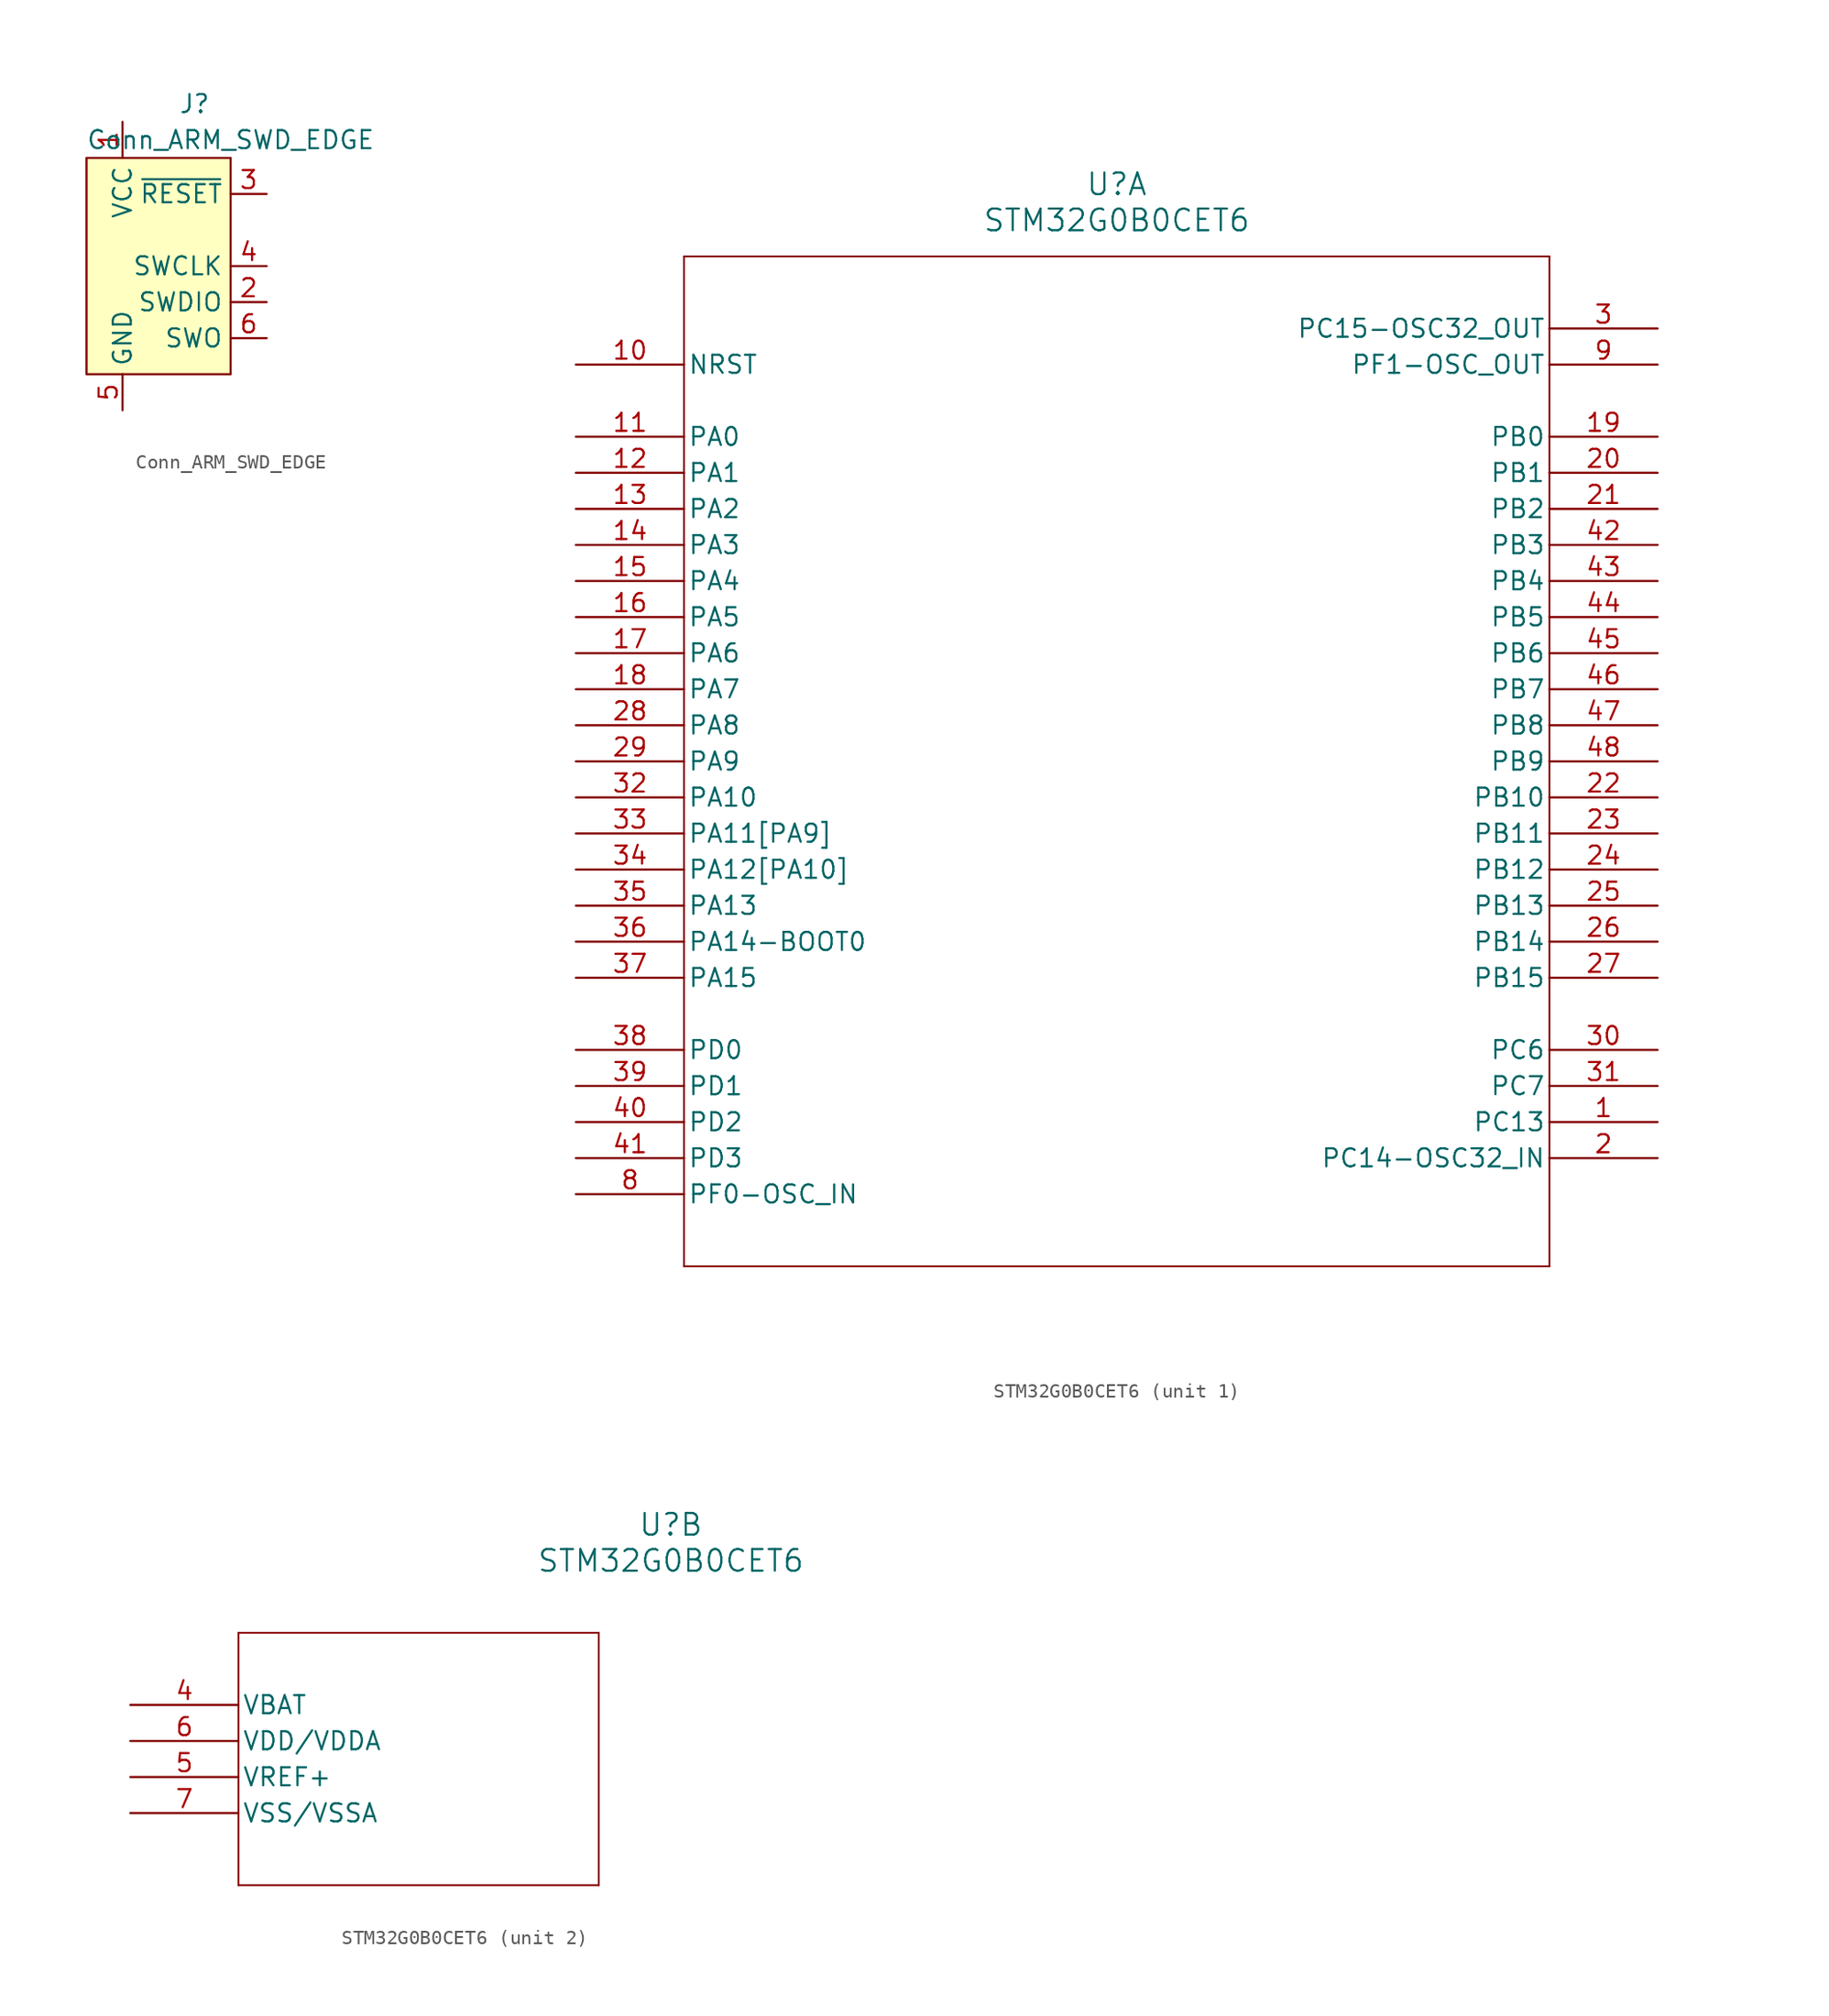
<source format=kicad_sym>
(kicad_symbol_lib
  (version 20241209)
  (generator "kicad_symbol_editor")
  (generator_version "9.0")
  (symbol "Conn_ARM_SWD_EDGE"
    (property "Reference" "J"
      (at 2.54 11.43 0)
      (effects (font (size 1.27 1.27))))
    (property "Value" "Conn_ARM_SWD_EDGE"
      (at 5.08 8.89 0)
      (effects (font (size 1.27 1.27))))
    (symbol "Conn_ARM_SWD_EDGE_0_0"
      (pin power_in line (at -2.54 10.16 270) (length 2.54) (name "VCC" (effects (font (size 1.27 1.27)))) (number "1" (effects (font (size 1.27 1.27)))))
      (pin power_in line (at -2.54 -10.16 90) (length 2.54) (name "GND" (effects (font (size 1.27 1.27)))) (number "5" (effects (font (size 1.27 1.27)))))
      (pin open_collector line (at 7.62 5.08 180) (length 2.54) (name "~{RESET}" (effects (font (size 1.27 1.27)))) (number "3" (effects (font (size 1.27 1.27)))))
      (pin output line (at 7.62 0 180) (length 2.54) (name "SWCLK" (effects (font (size 1.27 1.27)))) (number "4" (effects (font (size 1.27 1.27)))) (alternate "TCK" output line))
      (pin bidirectional line (at 7.62 -2.54 180) (length 2.54) (name "SWDIO" (effects (font (size 1.27 1.27)))) (number "2" (effects (font (size 1.27 1.27)))) (alternate "TMS" bidirectional line))
      (pin input line (at 7.62 -5.08 180) (length 2.54) (name "SWO" (effects (font (size 1.27 1.27)))) (number "6" (effects (font (size 1.27 1.27)))) (alternate "TDO" input line)))
    (symbol "Conn_ARM_SWD_EDGE_0_1"
      (rectangle (start -5.08 7.62) (end 5.08 -7.62) (stroke (width 0) (type default)) (fill (type background)))))
  (symbol "STM32G0B0CET6"
    (pin_names
      (offset 0.254))
    (property "Reference" "U"
      (at 0 40.64 0)
      (effects (font (size 1.524 1.524))))
    (property "Value" "STM32G0B0CET6"
      (at 0 38.1 0)
      (effects (font (size 1.524 1.524))))
    (property "ki_locked" ""
      (at 0 0 0)
      (effects (font (size 1.27 1.27))))
    (symbol "STM32G0B0CET6_1_1"
      (polyline (pts (xy -30.48 35.56) (xy -30.48 -35.56)) (stroke (width 0.127) (type default)) (fill (type none)))
      (polyline (pts (xy -30.48 -35.56) (xy 30.48 -35.56)) (stroke (width 0.127) (type default)) (fill (type none)))
      (polyline (pts (xy 30.48 35.56) (xy -30.48 35.56)) (stroke (width 0.127) (type default)) (fill (type none)))
      (polyline (pts (xy 30.48 -35.56) (xy 30.48 35.56)) (stroke (width 0.127) (type default)) (fill (type none)))
      (pin bidirectional line (at -38.1 27.94 0) (length 7.62) (name "NRST" (effects (font (size 1.27 1.27)))) (number "10" (effects (font (size 1.27 1.27)))))
      (pin bidirectional line (at -38.1 22.86 0) (length 7.62) (name "PA0" (effects (font (size 1.27 1.27)))) (number "11" (effects (font (size 1.27 1.27)))))
      (pin bidirectional line (at -38.1 20.32 0) (length 7.62) (name "PA1" (effects (font (size 1.27 1.27)))) (number "12" (effects (font (size 1.27 1.27)))))
      (pin bidirectional line (at -38.1 17.78 0) (length 7.62) (name "PA2" (effects (font (size 1.27 1.27)))) (number "13" (effects (font (size 1.27 1.27)))))
      (pin bidirectional line (at -38.1 15.24 0) (length 7.62) (name "PA3" (effects (font (size 1.27 1.27)))) (number "14" (effects (font (size 1.27 1.27)))))
      (pin bidirectional line (at -38.1 12.7 0) (length 7.62) (name "PA4" (effects (font (size 1.27 1.27)))) (number "15" (effects (font (size 1.27 1.27)))))
      (pin bidirectional line (at -38.1 10.16 0) (length 7.62) (name "PA5" (effects (font (size 1.27 1.27)))) (number "16" (effects (font (size 1.27 1.27)))))
      (pin bidirectional line (at -38.1 7.62 0) (length 7.62) (name "PA6" (effects (font (size 1.27 1.27)))) (number "17" (effects (font (size 1.27 1.27)))))
      (pin bidirectional line (at -38.1 5.08 0) (length 7.62) (name "PA7" (effects (font (size 1.27 1.27)))) (number "18" (effects (font (size 1.27 1.27)))))
      (pin bidirectional line (at -38.1 2.54 0) (length 7.62) (name "PA8" (effects (font (size 1.27 1.27)))) (number "28" (effects (font (size 1.27 1.27)))))
      (pin bidirectional line (at -38.1 0 0) (length 7.62) (name "PA9" (effects (font (size 1.27 1.27)))) (number "29" (effects (font (size 1.27 1.27)))))
      (pin bidirectional line (at -38.1 -2.54 0) (length 7.62) (name "PA10" (effects (font (size 1.27 1.27)))) (number "32" (effects (font (size 1.27 1.27)))))
      (pin bidirectional line (at -38.1 -5.08 0) (length 7.62) (name "PA11[PA9]" (effects (font (size 1.27 1.27)))) (number "33" (effects (font (size 1.27 1.27)))))
      (pin bidirectional line (at -38.1 -7.62 0) (length 7.62) (name "PA12[PA10]" (effects (font (size 1.27 1.27)))) (number "34" (effects (font (size 1.27 1.27)))))
      (pin bidirectional line (at -38.1 -10.16 0) (length 7.62) (name "PA13" (effects (font (size 1.27 1.27)))) (number "35" (effects (font (size 1.27 1.27)))))
      (pin bidirectional line (at -38.1 -12.7 0) (length 7.62) (name "PA14-BOOT0" (effects (font (size 1.27 1.27)))) (number "36" (effects (font (size 1.27 1.27)))))
      (pin bidirectional line (at -38.1 -15.24 0) (length 7.62) (name "PA15" (effects (font (size 1.27 1.27)))) (number "37" (effects (font (size 1.27 1.27)))))
      (pin bidirectional line (at -38.1 -20.32 0) (length 7.62) (name "PD0" (effects (font (size 1.27 1.27)))) (number "38" (effects (font (size 1.27 1.27)))))
      (pin bidirectional line (at -38.1 -22.86 0) (length 7.62) (name "PD1" (effects (font (size 1.27 1.27)))) (number "39" (effects (font (size 1.27 1.27)))))
      (pin bidirectional line (at -38.1 -25.4 0) (length 7.62) (name "PD2" (effects (font (size 1.27 1.27)))) (number "40" (effects (font (size 1.27 1.27)))))
      (pin bidirectional line (at -38.1 -27.94 0) (length 7.62) (name "PD3" (effects (font (size 1.27 1.27)))) (number "41" (effects (font (size 1.27 1.27)))))
      (pin bidirectional line (at -38.1 -30.48 0) (length 7.62) (name "PF0-OSC_IN" (effects (font (size 1.27 1.27)))) (number "8" (effects (font (size 1.27 1.27)))))
      (pin bidirectional line (at 38.1 30.48 180) (length 7.62) (name "PC15-OSC32_OUT" (effects (font (size 1.27 1.27)))) (number "3" (effects (font (size 1.27 1.27)))))
      (pin bidirectional line (at 38.1 27.94 180) (length 7.62) (name "PF1-OSC_OUT" (effects (font (size 1.27 1.27)))) (number "9" (effects (font (size 1.27 1.27)))))
      (pin bidirectional line (at 38.1 22.86 180) (length 7.62) (name "PB0" (effects (font (size 1.27 1.27)))) (number "19" (effects (font (size 1.27 1.27)))))
      (pin bidirectional line (at 38.1 20.32 180) (length 7.62) (name "PB1" (effects (font (size 1.27 1.27)))) (number "20" (effects (font (size 1.27 1.27)))))
      (pin bidirectional line (at 38.1 17.78 180) (length 7.62) (name "PB2" (effects (font (size 1.27 1.27)))) (number "21" (effects (font (size 1.27 1.27)))))
      (pin bidirectional line (at 38.1 15.24 180) (length 7.62) (name "PB3" (effects (font (size 1.27 1.27)))) (number "42" (effects (font (size 1.27 1.27)))))
      (pin bidirectional line (at 38.1 12.7 180) (length 7.62) (name "PB4" (effects (font (size 1.27 1.27)))) (number "43" (effects (font (size 1.27 1.27)))))
      (pin bidirectional line (at 38.1 10.16 180) (length 7.62) (name "PB5" (effects (font (size 1.27 1.27)))) (number "44" (effects (font (size 1.27 1.27)))))
      (pin bidirectional line (at 38.1 7.62 180) (length 7.62) (name "PB6" (effects (font (size 1.27 1.27)))) (number "45" (effects (font (size 1.27 1.27)))))
      (pin bidirectional line (at 38.1 5.08 180) (length 7.62) (name "PB7" (effects (font (size 1.27 1.27)))) (number "46" (effects (font (size 1.27 1.27)))))
      (pin bidirectional line (at 38.1 2.54 180) (length 7.62) (name "PB8" (effects (font (size 1.27 1.27)))) (number "47" (effects (font (size 1.27 1.27)))))
      (pin bidirectional line (at 38.1 0 180) (length 7.62) (name "PB9" (effects (font (size 1.27 1.27)))) (number "48" (effects (font (size 1.27 1.27)))))
      (pin bidirectional line (at 38.1 -2.54 180) (length 7.62) (name "PB10" (effects (font (size 1.27 1.27)))) (number "22" (effects (font (size 1.27 1.27)))))
      (pin bidirectional line (at 38.1 -5.08 180) (length 7.62) (name "PB11" (effects (font (size 1.27 1.27)))) (number "23" (effects (font (size 1.27 1.27)))))
      (pin bidirectional line (at 38.1 -7.62 180) (length 7.62) (name "PB12" (effects (font (size 1.27 1.27)))) (number "24" (effects (font (size 1.27 1.27)))))
      (pin bidirectional line (at 38.1 -10.16 180) (length 7.62) (name "PB13" (effects (font (size 1.27 1.27)))) (number "25" (effects (font (size 1.27 1.27)))))
      (pin bidirectional line (at 38.1 -12.7 180) (length 7.62) (name "PB14" (effects (font (size 1.27 1.27)))) (number "26" (effects (font (size 1.27 1.27)))))
      (pin bidirectional line (at 38.1 -15.24 180) (length 7.62) (name "PB15" (effects (font (size 1.27 1.27)))) (number "27" (effects (font (size 1.27 1.27)))))
      (pin bidirectional line (at 38.1 -20.32 180) (length 7.62) (name "PC6" (effects (font (size 1.27 1.27)))) (number "30" (effects (font (size 1.27 1.27)))))
      (pin bidirectional line (at 38.1 -22.86 180) (length 7.62) (name "PC7" (effects (font (size 1.27 1.27)))) (number "31" (effects (font (size 1.27 1.27)))))
      (pin bidirectional line (at 38.1 -25.4 180) (length 7.62) (name "PC13" (effects (font (size 1.27 1.27)))) (number "1" (effects (font (size 1.27 1.27)))))
      (pin bidirectional line (at 38.1 -27.94 180) (length 7.62) (name "PC14-OSC32_IN" (effects (font (size 1.27 1.27)))) (number "2" (effects (font (size 1.27 1.27))))))
    (symbol "STM32G0B0CET6_2_1"
      (polyline (pts (xy -30.48 33.02) (xy -30.48 15.24)) (stroke (width 0.127) (type default)) (fill (type none)))
      (polyline (pts (xy -30.48 15.24) (xy -5.08 15.24)) (stroke (width 0.127) (type default)) (fill (type none)))
      (polyline (pts (xy -5.08 33.02) (xy -30.48 33.02)) (stroke (width 0.127) (type default)) (fill (type none)))
      (polyline (pts (xy -5.08 15.24) (xy -5.08 33.02)) (stroke (width 0.127) (type default)) (fill (type none)))
      (pin power_in line (at -38.1 27.94 0) (length 7.62) (name "VBAT" (effects (font (size 1.27 1.27)))) (number "4" (effects (font (size 1.27 1.27)))))
      (pin power_in line (at -38.1 25.4 0) (length 7.62) (name "VDD/VDDA" (effects (font (size 1.27 1.27)))) (number "6" (effects (font (size 1.27 1.27)))))
      (pin power_in line (at -38.1 22.86 0) (length 7.62) (name "VREF+" (effects (font (size 1.27 1.27)))) (number "5" (effects (font (size 1.27 1.27)))))
      (pin power_out line (at -38.1 20.32 0) (length 7.62) (name "VSS/VSSA" (effects (font (size 1.27 1.27)))) (number "7" (effects (font (size 1.27 1.27))))))))
</source>
